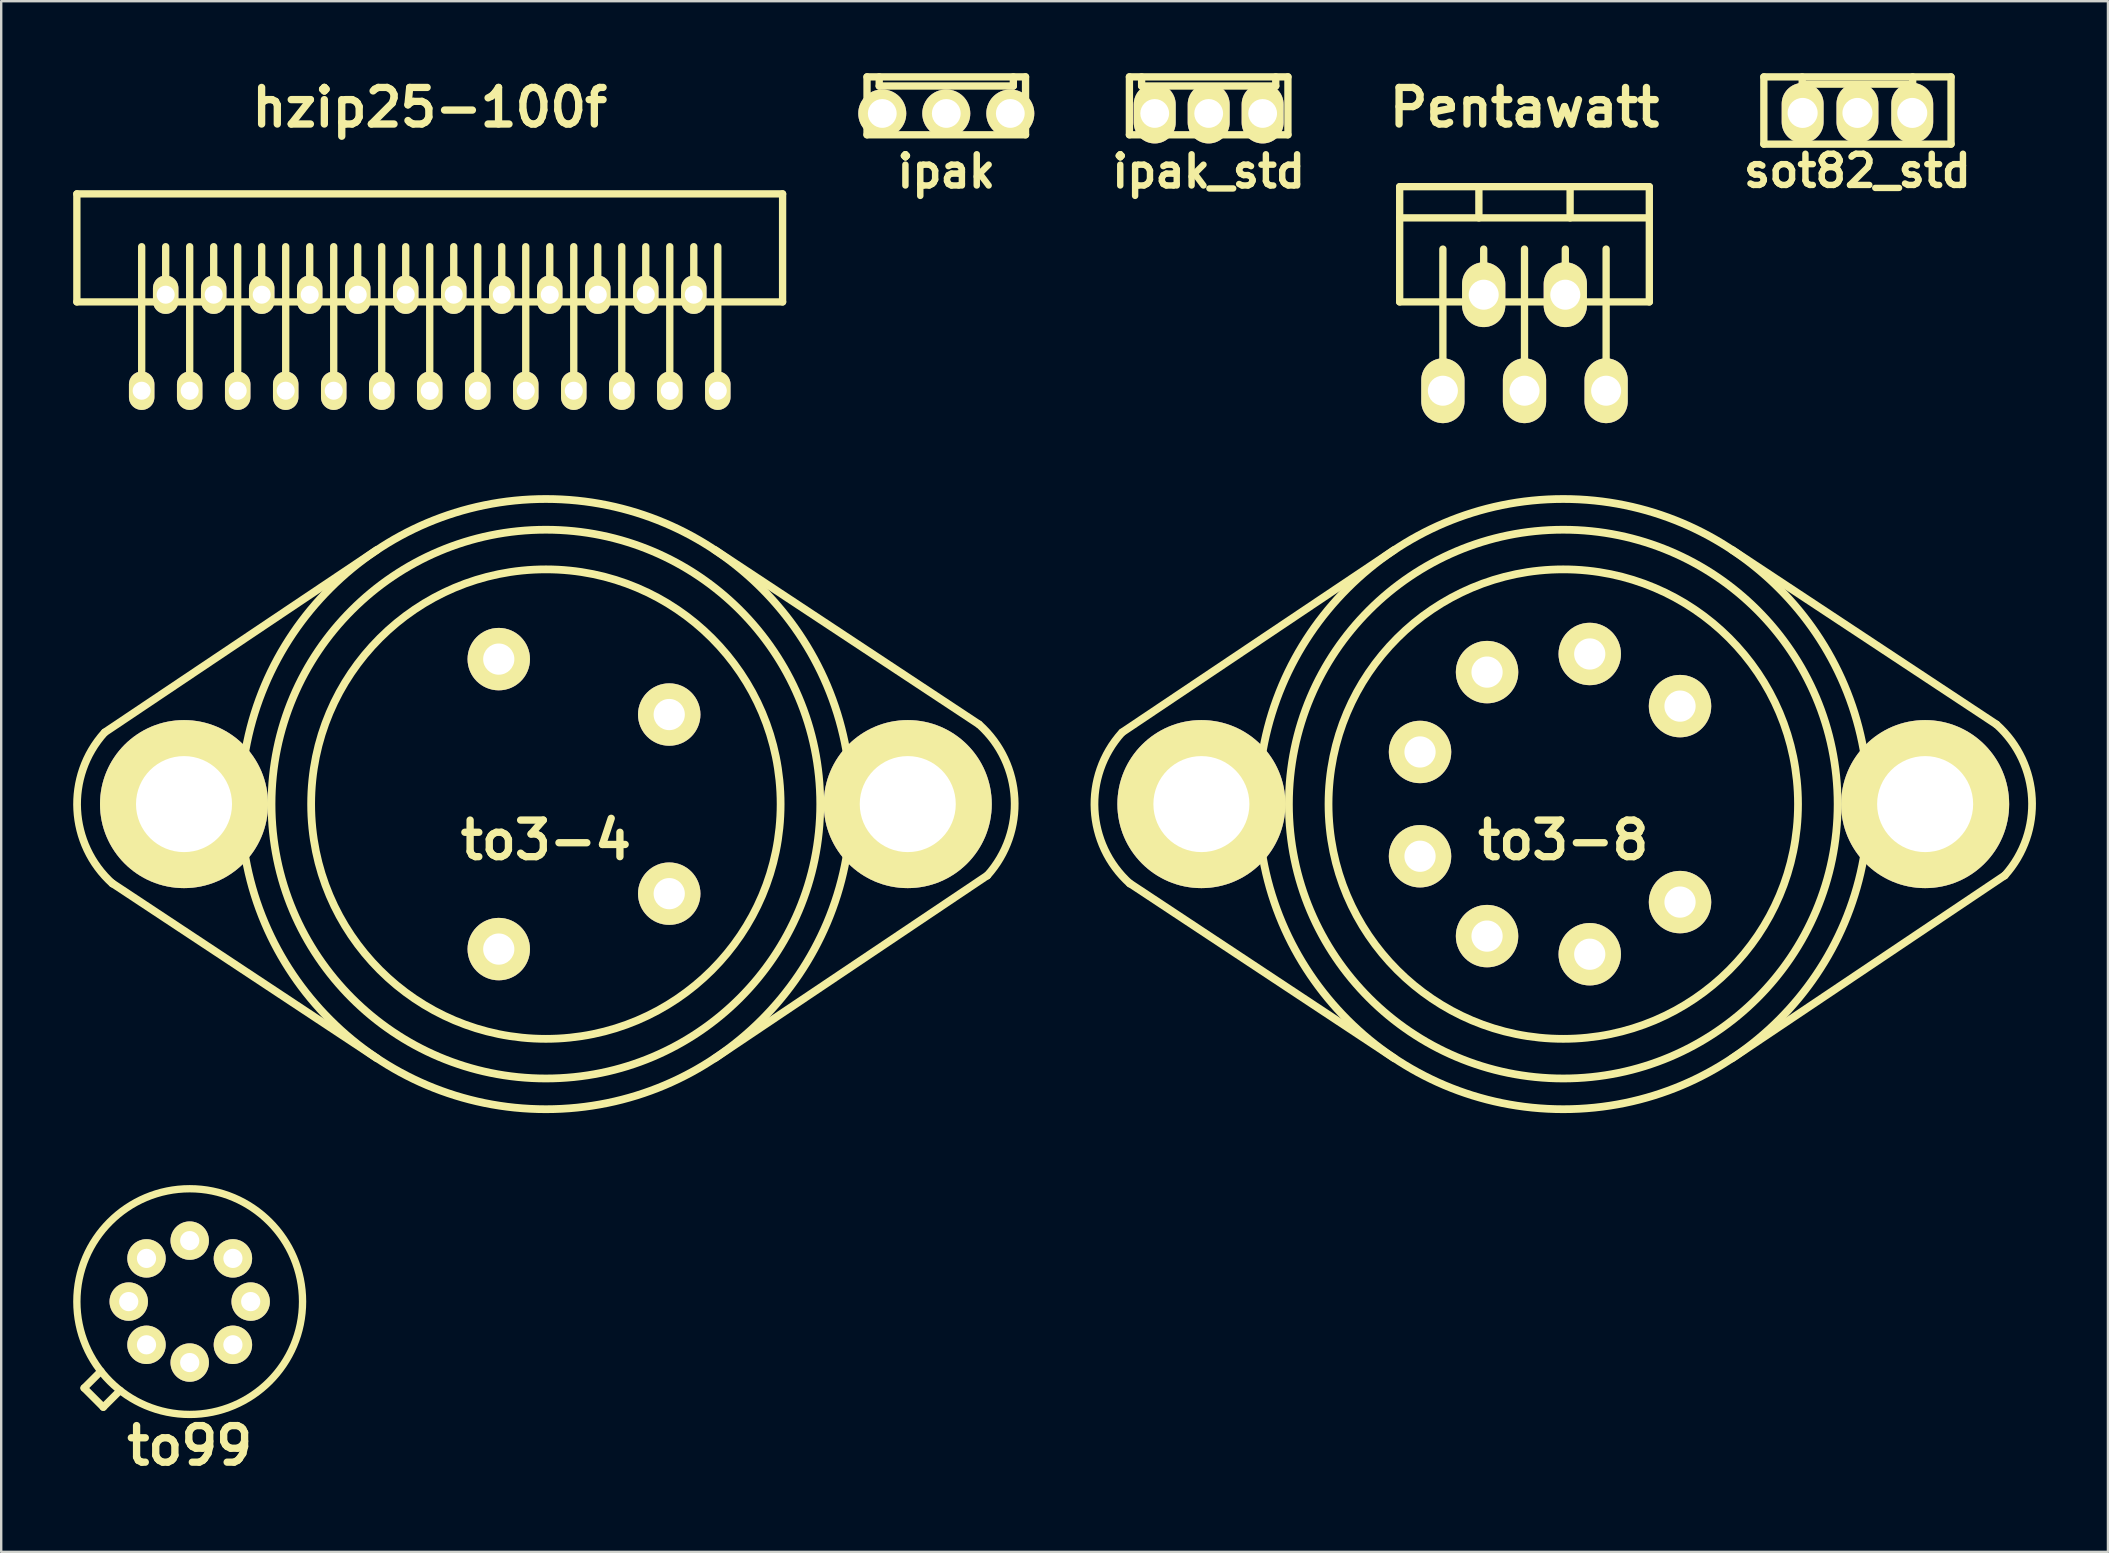
<source format=kicad_pcb>
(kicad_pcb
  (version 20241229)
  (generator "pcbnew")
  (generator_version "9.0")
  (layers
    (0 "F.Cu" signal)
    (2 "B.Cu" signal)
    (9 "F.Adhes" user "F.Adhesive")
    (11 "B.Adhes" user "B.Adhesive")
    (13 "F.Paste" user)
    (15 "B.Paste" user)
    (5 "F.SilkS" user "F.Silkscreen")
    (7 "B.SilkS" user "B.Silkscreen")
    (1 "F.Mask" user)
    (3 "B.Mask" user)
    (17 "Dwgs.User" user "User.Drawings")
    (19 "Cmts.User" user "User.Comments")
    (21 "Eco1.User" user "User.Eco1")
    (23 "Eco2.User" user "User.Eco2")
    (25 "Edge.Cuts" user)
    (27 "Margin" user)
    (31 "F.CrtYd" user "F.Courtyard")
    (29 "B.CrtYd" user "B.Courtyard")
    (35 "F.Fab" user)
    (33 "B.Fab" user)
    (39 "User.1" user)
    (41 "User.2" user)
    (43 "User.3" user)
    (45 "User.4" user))
  (footprint "to3-4"
    (layer "F.Cu")
    (at 19.691 30.448)
    (property "Reference" "to3-4" (at 0 1.5 0) (layer "F.SilkS") (effects (font (size 1.524 1.524) (thickness 0.305))))
    (attr through_hole)
    (fp_line (start -18.364 -2.997) (end -7.036 -10.592) (stroke (width 0.323) (type solid)) (layer "F.SilkS"))
    (fp_line (start -18.059 3.302) (end -7.036 10.592) (stroke (width 0.323) (type solid)) (layer "F.SilkS"))
    (fp_line (start 18.034 -3.327) (end 7.036 -10.592) (stroke (width 0.323) (type solid)) (layer "F.SilkS"))
    (fp_line (start 18.39 2.972) (end 7.036 10.592) (stroke (width 0.323) (type solid)) (layer "F.SilkS"))
    (fp_arc (start -18.05432 3.31216) (mid -19.523719 0.235283) (end -18.38706 -2.97942) (stroke (width 0.32258) (type solid)) (layer "F.SilkS"))
    (fp_arc (start 18.05432 -3.31216) (mid 19.523719 -0.235283) (end 18.38706 2.97942) (stroke (width 0.32258) (type solid)) (layer "F.SilkS"))
    (fp_circle (center 0 0) (end -12.7 0.508) (stroke (width 0.323) (type solid)) (fill no) (layer "F.SilkS"))
    (fp_circle (center 0 0) (end -11.43 0) (stroke (width 0.323) (type solid)) (fill no) (layer "F.SilkS"))
    (fp_circle (center 0 0) (end -9.779 0) (stroke (width 0.323) (type solid)) (fill no) (layer "F.SilkS"))
    (pad "1" thru_hole circle (at -1.963 6.04) (size 2.6 2.6) (drill 1.3) (layers "*.Cu" "*.Mask" "F.SilkS"))
    (pad "2" thru_hole circle (at 5.138 3.731) (size 2.6 2.6) (drill 1.3) (layers "*.Cu" "*.Mask" "F.SilkS"))
    (pad "3" thru_hole circle (at 5.138 -3.731) (size 2.6 2.6) (drill 1.3) (layers "*.Cu" "*.Mask" "F.SilkS"))
    (pad "4" thru_hole circle (at -1.963 -6.04) (size 2.6 2.6) (drill 1.3) (layers "*.Cu" "*.Mask" "F.SilkS"))
    (pad "5" thru_hole circle (at -15.075 0) (size 7 7) (drill 4) (layers "*.Cu" "*.Mask" "F.SilkS"))
    (pad "5" thru_hole circle (at 15.075 0) (size 7 7) (drill 4) (layers "*.Cu" "*.Mask" "F.SilkS")))
  (footprint "ipak"
    (layer "F.Cu")
    (at 36.371 1.676)
    (property "Reference" "ipak" (at 0 2.413 0) (layer "F.SilkS") (effects (font (size 1.3 1.3) (thickness 0.269))))
    (attr through_hole)
    (fp_line (start -3.302 -1.524) (end 3.302 -1.524) (stroke (width 0.305) (type solid)) (layer "F.SilkS"))
    (fp_line (start -3.302 0.889) (end -3.302 -1.524) (stroke (width 0.305) (type solid)) (layer "F.SilkS"))
    (fp_line (start -2.794 -1.524) (end -2.794 -1.143) (stroke (width 0.305) (type solid)) (layer "F.SilkS"))
    (fp_line (start -2.794 -1.143) (end 2.794 -1.143) (stroke (width 0.305) (type solid)) (layer "F.SilkS"))
    (fp_line (start 2.794 -1.143) (end 2.794 -1.524) (stroke (width 0.305) (type solid)) (layer "F.SilkS"))
    (fp_line (start 3.302 -1.524) (end 3.302 0.889) (stroke (width 0.305) (type solid)) (layer "F.SilkS"))
    (fp_line (start 3.302 0.889) (end -3.302 0.889) (stroke (width 0.305) (type solid)) (layer "F.SilkS"))
    (pad "1" thru_hole circle (at 2.667 0) (size 1.999 1.999) (drill 1.199) (layers "*.Cu" "*.Mask" "F.SilkS"))
    (pad "2" thru_hole circle (at 0 0) (size 1.999 1.999) (drill 1.199) (layers "*.Cu" "*.Mask" "F.SilkS"))
    (pad "3" thru_hole circle (at -2.667 0) (size 1.999 1.999) (drill 1.199) (layers "*.Cu" "*.Mask" "F.SilkS")))
  (footprint "ipak_std"
    (layer "F.Cu")
    (at 47.302 1.676)
    (property "Reference" "ipak_std" (at 0 2.413 0) (layer "F.SilkS") (effects (font (size 1.3 1.3) (thickness 0.267))))
    (attr through_hole)
    (fp_line (start -3.302 -1.524) (end 3.302 -1.524) (stroke (width 0.305) (type solid)) (layer "F.SilkS"))
    (fp_line (start -3.302 0.889) (end -3.302 -1.524) (stroke (width 0.305) (type solid)) (layer "F.SilkS"))
    (fp_line (start -2.794 -1.524) (end -2.794 -1.143) (stroke (width 0.305) (type solid)) (layer "F.SilkS"))
    (fp_line (start -2.794 -1.143) (end 2.794 -1.143) (stroke (width 0.305) (type solid)) (layer "F.SilkS"))
    (fp_line (start 2.794 -1.143) (end 2.794 -1.524) (stroke (width 0.305) (type solid)) (layer "F.SilkS"))
    (fp_line (start 3.302 -1.524) (end 3.302 0.889) (stroke (width 0.305) (type solid)) (layer "F.SilkS"))
    (fp_line (start 3.302 0.889) (end -3.302 0.889) (stroke (width 0.305) (type solid)) (layer "F.SilkS"))
    (pad "1" thru_hole oval (at 2.248 0) (size 1.748 2.499) (drill 1.199) (layers "*.Cu" "*.Mask" "F.SilkS"))
    (pad "2" thru_hole oval (at 0 0) (size 1.748 2.499) (drill 1.199) (layers "*.Cu" "*.Mask" "F.SilkS"))
    (pad "3" thru_hole oval (at -2.248 0) (size 1.748 2.499) (drill 1.199) (layers "*.Cu" "*.Mask" "F.SilkS")))
  (footprint "Pentawatt"
    (layer "F.Cu")
    (at 60.459 9.227)
    (property "Reference" "Pentawatt" (at 0 -7.8 0) (layer "F.SilkS") (effects (font (size 1.524 1.524) (thickness 0.305))))
    (attr through_hole)
    (fp_line (start -5.2 -4.5) (end 5.2 -4.5) (stroke (width 0.305) (type solid)) (layer "F.SilkS"))
    (fp_line (start -5.2 -3.2) (end 5.1 -3.2) (stroke (width 0.305) (type solid)) (layer "F.SilkS"))
    (fp_line (start -5.2 0.3) (end -5.2 -4.5) (stroke (width 0.305) (type solid)) (layer "F.SilkS"))
    (fp_line (start -3.4 -1.9) (end -3.4 4) (stroke (width 0.305) (type solid)) (layer "F.SilkS"))
    (fp_line (start -1.9 -3.2) (end -1.9 -4.5) (stroke (width 0.305) (type solid)) (layer "F.SilkS"))
    (fp_line (start -1.7 -1.9) (end -1.7 0) (stroke (width 0.305) (type solid)) (layer "F.SilkS"))
    (fp_line (start 0 -1.9) (end 0 4) (stroke (width 0.305) (type solid)) (layer "F.SilkS"))
    (fp_line (start 1.7 -1.9) (end 1.7 0) (stroke (width 0.305) (type solid)) (layer "F.SilkS"))
    (fp_line (start 1.9 -4.5) (end 1.9 -3.2) (stroke (width 0.305) (type solid)) (layer "F.SilkS"))
    (fp_line (start 3.4 -1.9) (end 3.4 4) (stroke (width 0.305) (type solid)) (layer "F.SilkS"))
    (fp_line (start 5.2 -4.5) (end 5.2 0.3) (stroke (width 0.305) (type solid)) (layer "F.SilkS"))
    (fp_line (start 5.2 0.3) (end -5.2 0.3) (stroke (width 0.305) (type solid)) (layer "F.SilkS"))
    (pad "1" thru_hole oval (at 3.4 4) (size 1.801 2.7) (drill 1.25) (layers "*.Cu" "*.Mask" "F.SilkS"))
    (pad "2" thru_hole oval (at 1.7 0) (size 1.801 2.7) (drill 1.25) (layers "*.Cu" "*.Mask" "F.SilkS"))
    (pad "3" thru_hole oval (at 0 4) (size 1.801 2.7) (drill 1.25) (layers "*.Cu" "*.Mask" "F.SilkS"))
    (pad "4" thru_hole oval (at -1.7 0) (size 1.801 2.7) (drill 1.25) (layers "*.Cu" "*.Mask" "F.SilkS"))
    (pad "5" thru_hole oval (at -3.4 4) (size 1.801 2.7) (drill 1.25) (layers "*.Cu" "*.Mask" "F.SilkS")))
  (footprint "to99"
    (layer "F.Cu")
    (at 4.853 51.173)
    (property "Reference" "to99" (at 0 6 0) (layer "F.SilkS") (effects (font (size 1.524 1.524) (thickness 0.305))))
    (attr through_hole)
    (fp_line (start -4.4 3.6) (end -3.6 4.4) (stroke (width 0.305) (type solid)) (layer "F.SilkS"))
    (fp_line (start -3.7 2.9) (end -4.4 3.6) (stroke (width 0.305) (type solid)) (layer "F.SilkS"))
    (fp_line (start -3.6 4.4) (end -2.9 3.7) (stroke (width 0.305) (type solid)) (layer "F.SilkS"))
    (fp_circle (center 0 0) (end -4.7 -0.1) (stroke (width 0.305) (type solid)) (fill no) (layer "F.SilkS"))
    (pad "1" thru_hole circle (at 0 2.54) (size 1.6 1.6) (drill 0.8) (layers "*.Cu" "*.Mask" "F.SilkS"))
    (pad "2" thru_hole circle (at 1.8 1.8) (size 1.6 1.6) (drill 0.8) (layers "*.Cu" "*.Mask" "F.SilkS"))
    (pad "3" thru_hole circle (at 2.54 0) (size 1.6 1.6) (drill 0.8) (layers "*.Cu" "*.Mask" "F.SilkS"))
    (pad "4" thru_hole circle (at 1.8 -1.8) (size 1.6 1.6) (drill 0.8) (layers "*.Cu" "*.Mask" "F.SilkS"))
    (pad "5" thru_hole circle (at 0 -2.54) (size 1.6 1.6) (drill 0.8) (layers "*.Cu" "*.Mask" "F.SilkS"))
    (pad "6" thru_hole circle (at -1.8 -1.8) (size 1.6 1.6) (drill 0.8) (layers "*.Cu" "*.Mask" "F.SilkS"))
    (pad "7" thru_hole circle (at -2.54 0) (size 1.6 1.6) (drill 0.8) (layers "*.Cu" "*.Mask" "F.SilkS"))
    (pad "8" thru_hole circle (at -1.8 1.8) (size 1.6 1.6) (drill 0.8) (layers "*.Cu" "*.Mask" "F.SilkS")))
  (footprint "to3-8"
    (layer "F.Cu")
    (at 62.074 30.448)
    (property "Reference" "to3-8" (at 0 1.5 0) (layer "F.SilkS") (effects (font (size 1.524 1.524) (thickness 0.305))))
    (attr through_hole)
    (fp_line (start -18.364 -2.997) (end -7.036 -10.592) (stroke (width 0.323) (type solid)) (layer "F.SilkS"))
    (fp_line (start -18.059 3.302) (end -7.036 10.592) (stroke (width 0.323) (type solid)) (layer "F.SilkS"))
    (fp_line (start 18.034 -3.327) (end 7.036 -10.592) (stroke (width 0.323) (type solid)) (layer "F.SilkS"))
    (fp_line (start 18.39 2.972) (end 7.036 10.592) (stroke (width 0.323) (type solid)) (layer "F.SilkS"))
    (fp_arc (start -18.05432 3.31216) (mid -19.523719 0.235283) (end -18.38706 -2.97942) (stroke (width 0.32258) (type solid)) (layer "F.SilkS"))
    (fp_arc (start 18.05432 -3.31216) (mid 19.523719 -0.235283) (end 18.38706 2.97942) (stroke (width 0.32258) (type solid)) (layer "F.SilkS"))
    (fp_circle (center 0 0) (end -12.7 0.508) (stroke (width 0.323) (type solid)) (fill no) (layer "F.SilkS"))
    (fp_circle (center 0 0) (end -11.43 0) (stroke (width 0.323) (type solid)) (fill no) (layer "F.SilkS"))
    (fp_circle (center 0 0) (end -9.779 0) (stroke (width 0.323) (type solid)) (fill no) (layer "F.SilkS"))
    (pad "1" thru_hole circle (at 4.864 -4.082) (size 2.6 2.6) (drill 1.3) (layers "*.Cu" "*.Mask" "F.SilkS"))
    (pad "2" thru_hole circle (at 1.103 -6.254) (size 2.6 2.6) (drill 1.3) (layers "*.Cu" "*.Mask" "F.SilkS"))
    (pad "3" thru_hole circle (at -3.175 -5.499) (size 2.6 2.6) (drill 1.3) (layers "*.Cu" "*.Mask" "F.SilkS"))
    (pad "4" thru_hole circle (at -5.967 -2.172) (size 2.6 2.6) (drill 1.3) (layers "*.Cu" "*.Mask" "F.SilkS"))
    (pad "5" thru_hole circle (at -5.967 2.172) (size 2.6 2.6) (drill 1.3) (layers "*.Cu" "*.Mask" "F.SilkS"))
    (pad "6" thru_hole circle (at -3.175 5.499) (size 2.6 2.6) (drill 1.3) (layers "*.Cu" "*.Mask" "F.SilkS"))
    (pad "7" thru_hole circle (at 1.103 6.254) (size 2.6 2.6) (drill 1.3) (layers "*.Cu" "*.Mask" "F.SilkS"))
    (pad "8" thru_hole circle (at 4.864 4.082) (size 2.6 2.6) (drill 1.3) (layers "*.Cu" "*.Mask" "F.SilkS"))
    (pad "9" thru_hole circle (at -15.075 0) (size 7 7) (drill 4) (layers "*.Cu" "*.Mask" "F.SilkS"))
    (pad "9" thru_hole circle (at 15.075 0) (size 7 7) (drill 4) (layers "*.Cu" "*.Mask" "F.SilkS")))
  (footprint "hzip25-100f"
    (layer "F.Cu")
    (at 14.852 9.227)
    (property "Reference" "hzip25-100f" (at 0 -7.8 0) (layer "F.SilkS") (effects (font (size 1.524 1.524) (thickness 0.305))))
    (attr through_hole)
    (fp_line (start -14.7 -4.2) (end -14.7 0.3) (stroke (width 0.305) (type solid)) (layer "F.SilkS"))
    (fp_line (start -14.7 -4.2) (end 14.7 -4.2) (stroke (width 0.305) (type solid)) (layer "F.SilkS"))
    (fp_line (start -14.7 0.3) (end 14.7 0.3) (stroke (width 0.305) (type solid)) (layer "F.SilkS"))
    (fp_line (start -12 4) (end -12 -2) (stroke (width 0.305) (type solid)) (layer "F.SilkS"))
    (fp_line (start -11 0) (end -11 -2) (stroke (width 0.305) (type solid)) (layer "F.SilkS"))
    (fp_line (start -10 4) (end -10 -2) (stroke (width 0.305) (type solid)) (layer "F.SilkS"))
    (fp_line (start -9 0) (end -9 -2) (stroke (width 0.305) (type solid)) (layer "F.SilkS"))
    (fp_line (start -8 4) (end -8 -2) (stroke (width 0.305) (type solid)) (layer "F.SilkS"))
    (fp_line (start -7 0) (end -7 -2) (stroke (width 0.305) (type solid)) (layer "F.SilkS"))
    (fp_line (start -6 4) (end -6 -2) (stroke (width 0.305) (type solid)) (layer "F.SilkS"))
    (fp_line (start -5 0) (end -5 -2) (stroke (width 0.305) (type solid)) (layer "F.SilkS"))
    (fp_line (start -4 4) (end -4 -2) (stroke (width 0.305) (type solid)) (layer "F.SilkS"))
    (fp_line (start -3 0) (end -3 -2) (stroke (width 0.305) (type solid)) (layer "F.SilkS"))
    (fp_line (start -2 4) (end -2 -2) (stroke (width 0.305) (type solid)) (layer "F.SilkS"))
    (fp_line (start -1 0) (end -1 -2) (stroke (width 0.305) (type solid)) (layer "F.SilkS"))
    (fp_line (start 0 4) (end 0 -2) (stroke (width 0.305) (type solid)) (layer "F.SilkS"))
    (fp_line (start 1 0) (end 1 -2) (stroke (width 0.305) (type solid)) (layer "F.SilkS"))
    (fp_line (start 2 4) (end 2 -2) (stroke (width 0.305) (type solid)) (layer "F.SilkS"))
    (fp_line (start 3 0) (end 3 -2) (stroke (width 0.305) (type solid)) (layer "F.SilkS"))
    (fp_line (start 4 4) (end 4 -2) (stroke (width 0.305) (type solid)) (layer "F.SilkS"))
    (fp_line (start 5 0) (end 5 -2) (stroke (width 0.305) (type solid)) (layer "F.SilkS"))
    (fp_line (start 6 4) (end 6 -2) (stroke (width 0.305) (type solid)) (layer "F.SilkS"))
    (fp_line (start 7 0) (end 7 -2) (stroke (width 0.305) (type solid)) (layer "F.SilkS"))
    (fp_line (start 8 4) (end 8 -2) (stroke (width 0.305) (type solid)) (layer "F.SilkS"))
    (fp_line (start 9 0) (end 9 -2) (stroke (width 0.305) (type solid)) (layer "F.SilkS"))
    (fp_line (start 10 4) (end 10 -2) (stroke (width 0.305) (type solid)) (layer "F.SilkS"))
    (fp_line (start 11 0) (end 11 -2) (stroke (width 0.305) (type solid)) (layer "F.SilkS"))
    (fp_line (start 12 4) (end 12 -2) (stroke (width 0.305) (type solid)) (layer "F.SilkS"))
    (fp_line (start 14.7 -4.2) (end 14.7 0.3) (stroke (width 0.305) (type solid)) (layer "F.SilkS"))
    (pad "1" thru_hole oval (at -12 4) (size 1.06 1.6) (drill 0.75) (layers "*.Cu" "*.Mask" "F.SilkS"))
    (pad "2" thru_hole oval (at -11 0) (size 1.06 1.6) (drill 0.75) (layers "*.Cu" "*.Mask" "F.SilkS"))
    (pad "3" thru_hole oval (at -10 4) (size 1.06 1.6) (drill 0.75) (layers "*.Cu" "*.Mask" "F.SilkS"))
    (pad "4" thru_hole oval (at -9 0) (size 1.06 1.6) (drill 0.75) (layers "*.Cu" "*.Mask" "F.SilkS"))
    (pad "5" thru_hole oval (at -8 4) (size 1.06 1.6) (drill 0.75) (layers "*.Cu" "*.Mask" "F.SilkS"))
    (pad "6" thru_hole oval (at -7 0) (size 1.06 1.6) (drill 0.75) (layers "*.Cu" "*.Mask" "F.SilkS"))
    (pad "7" thru_hole oval (at -6 4) (size 1.06 1.6) (drill 0.75) (layers "*.Cu" "*.Mask" "F.SilkS"))
    (pad "8" thru_hole oval (at -5 0) (size 1.06 1.6) (drill 0.75) (layers "*.Cu" "*.Mask" "F.SilkS"))
    (pad "9" thru_hole oval (at -4 4) (size 1.06 1.6) (drill 0.75) (layers "*.Cu" "*.Mask" "F.SilkS"))
    (pad "10" thru_hole oval (at -3 0) (size 1.06 1.6) (drill 0.75) (layers "*.Cu" "*.Mask" "F.SilkS"))
    (pad "11" thru_hole oval (at -2 4) (size 1.06 1.6) (drill 0.75) (layers "*.Cu" "*.Mask" "F.SilkS"))
    (pad "12" thru_hole oval (at -1 0) (size 1.06 1.6) (drill 0.75) (layers "*.Cu" "*.Mask" "F.SilkS"))
    (pad "13" thru_hole oval (at 0 4) (size 1.06 1.6) (drill 0.75) (layers "*.Cu" "*.Mask" "F.SilkS"))
    (pad "14" thru_hole oval (at 1 0) (size 1.06 1.6) (drill 0.75) (layers "*.Cu" "*.Mask" "F.SilkS"))
    (pad "15" thru_hole oval (at 2 4) (size 1.06 1.6) (drill 0.75) (layers "*.Cu" "*.Mask" "F.SilkS"))
    (pad "16" thru_hole oval (at 3 0) (size 1.06 1.6) (drill 0.75) (layers "*.Cu" "*.Mask" "F.SilkS"))
    (pad "17" thru_hole oval (at 4 4) (size 1.06 1.6) (drill 0.75) (layers "*.Cu" "*.Mask" "F.SilkS"))
    (pad "18" thru_hole oval (at 5 0) (size 1.06 1.6) (drill 0.75) (layers "*.Cu" "*.Mask" "F.SilkS"))
    (pad "19" thru_hole oval (at 6 4) (size 1.06 1.6) (drill 0.75) (layers "*.Cu" "*.Mask" "F.SilkS"))
    (pad "20" thru_hole oval (at 7 0) (size 1.06 1.6) (drill 0.75) (layers "*.Cu" "*.Mask" "F.SilkS"))
    (pad "21" thru_hole oval (at 8 4) (size 1.06 1.6) (drill 0.75) (layers "*.Cu" "*.Mask" "F.SilkS"))
    (pad "22" thru_hole oval (at 9 0) (size 1.06 1.6) (drill 0.75) (layers "*.Cu" "*.Mask" "F.SilkS"))
    (pad "23" thru_hole oval (at 10 4) (size 1.06 1.6) (drill 0.75) (layers "*.Cu" "*.Mask" "F.SilkS"))
    (pad "24" thru_hole oval (at 11 0) (size 1.06 1.6) (drill 0.75) (layers "*.Cu" "*.Mask" "F.SilkS"))
    (pad "25" thru_hole oval (at 12 4) (size 1.06 1.6) (drill 0.75) (layers "*.Cu" "*.Mask" "F.SilkS")))
  (footprint "sot82_std"
    (layer "F.Cu")
    (at 74.329 1.654)
    (property "Reference" "sot82_std" (at 0 2.413 0) (layer "F.SilkS") (effects (font (size 1.3 1.3) (thickness 0.267))))
    (attr through_hole)
    (fp_line (start -3.899 -1.501) (end -3.899 1.3) (stroke (width 0.305) (type solid)) (layer "F.SilkS"))
    (fp_line (start -3.899 1.3) (end 3.899 1.3) (stroke (width 0.305) (type solid)) (layer "F.SilkS"))
    (fp_line (start -2.301 -1.501) (end -2.301 -1.199) (stroke (width 0.305) (type solid)) (layer "F.SilkS"))
    (fp_line (start -2.301 -1.199) (end 2.301 -1.199) (stroke (width 0.305) (type solid)) (layer "F.SilkS"))
    (fp_line (start 2.301 -1.199) (end 2.301 -1.501) (stroke (width 0.305) (type solid)) (layer "F.SilkS"))
    (fp_line (start 3.899 -1.501) (end -3.899 -1.501) (stroke (width 0.305) (type solid)) (layer "F.SilkS"))
    (fp_line (start 3.899 1.3) (end 3.899 -1.501) (stroke (width 0.305) (type solid)) (layer "F.SilkS"))
    (pad "1" thru_hole oval (at 2.283 0) (size 1.745 2.499) (drill 1.25) (layers "*.Cu" "*.Mask" "F.SilkS"))
    (pad "2" thru_hole oval (at 0 0) (size 1.745 2.499) (drill 1.25) (layers "*.Cu" "*.Mask" "F.SilkS"))
    (pad "3" thru_hole oval (at -2.283 0) (size 1.745 2.499) (drill 1.25) (layers "*.Cu" "*.Mask" "F.SilkS")))
  (gr_rect
    (start -3 -3)
    (end 84.765 61.6)
    (stroke (width 0.1) (type default))
    (fill no)
    (layer "Edge.Cuts")))
</source>
